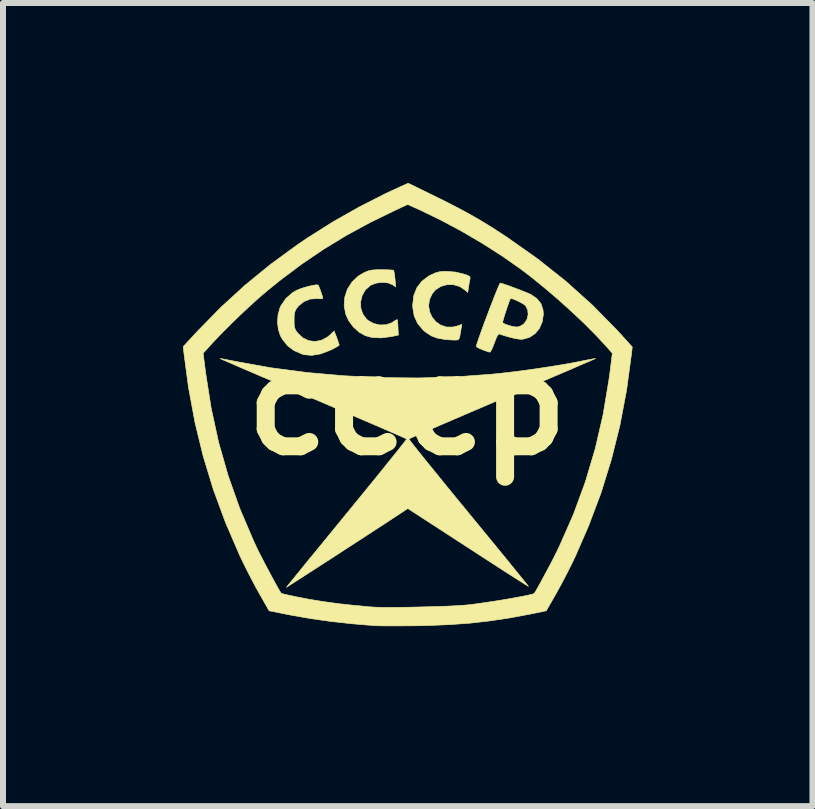
<source format=kicad_pcb>
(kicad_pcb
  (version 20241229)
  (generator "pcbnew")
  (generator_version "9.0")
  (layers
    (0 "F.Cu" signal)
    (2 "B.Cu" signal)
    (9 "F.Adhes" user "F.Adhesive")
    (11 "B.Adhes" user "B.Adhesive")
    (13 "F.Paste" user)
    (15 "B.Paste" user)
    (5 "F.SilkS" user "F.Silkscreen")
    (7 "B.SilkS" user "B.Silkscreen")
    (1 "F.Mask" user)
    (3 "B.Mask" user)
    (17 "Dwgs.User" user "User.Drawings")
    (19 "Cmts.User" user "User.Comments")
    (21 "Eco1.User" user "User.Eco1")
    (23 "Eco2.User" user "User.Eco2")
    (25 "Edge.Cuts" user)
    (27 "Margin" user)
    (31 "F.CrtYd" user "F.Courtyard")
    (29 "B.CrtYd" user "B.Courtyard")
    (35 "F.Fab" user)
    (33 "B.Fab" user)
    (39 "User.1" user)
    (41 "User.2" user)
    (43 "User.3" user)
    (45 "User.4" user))
  (footprint "cccp"
    (layer "F.Cu")
    (at 3.739 3.702)
    (property "Reference" "cccp" (at 0 0 0) (layer "F.SilkS") (effects (font (size 1.524 1.524) (thickness 0.3))))
    (attr through_hole)
    (fp_poly (pts (xy -0.343 -2.254) (xy -0.277 -2.251) (xy -0.235 -2.248) (xy -0.226 -2.245) (xy -0.22 -2.222) (xy -0.211 -2.172) (xy -0.203 -2.104) (xy -0.203 -2.102) (xy -0.19 -1.969) (xy -0.245 -2.005) (xy -0.322 -2.036) (xy -0.417 -2.044) (xy -0.515 -2.032) (xy -0.603 -1.999) (xy -0.619 -1.989) (xy -0.699 -1.916) (xy -0.751 -1.823) (xy -0.776 -1.72) (xy -0.773 -1.615) (xy -0.74 -1.516) (xy -0.679 -1.432) (xy -0.654 -1.41) (xy -0.562 -1.359) (xy -0.459 -1.334) (xy -0.354 -1.337) (xy -0.261 -1.368) (xy -0.231 -1.387) (xy -0.192 -1.413) (xy -0.168 -1.423) (xy -0.166 -1.423) (xy -0.161 -1.401) (xy -0.156 -1.351) (xy -0.153 -1.29) (xy -0.147 -1.165) (xy -0.264 -1.14) (xy -0.436 -1.118) (xy -0.59 -1.126) (xy -0.697 -1.155) (xy -0.801 -1.213) (xy -0.897 -1.3) (xy -0.975 -1.405) (xy -1.025 -1.514) (xy -1.051 -1.657) (xy -1.04 -1.798) (xy -0.996 -1.931) (xy -0.92 -2.049) (xy -0.816 -2.148) (xy -0.726 -2.202) (xy -0.669 -2.228) (xy -0.618 -2.244) (xy -0.56 -2.252) (xy -0.484 -2.255) (xy -0.425 -2.255) (xy -0.343 -2.254)) (stroke (width 0.01) (type solid)) (fill yes) (layer "F.SilkS"))
    (fp_poly (pts (xy 0.8 -2.216) (xy 0.928 -2.187) (xy 0.996 -2.165) (xy 1.034 -2.148) (xy 1.049 -2.13) (xy 1.048 -2.107) (xy 1.047 -2.099) (xy 1.037 -2.05) (xy 1.026 -1.984) (xy 1.023 -1.963) (xy 1.01 -1.874) (xy 0.969 -1.913) (xy 0.878 -1.974) (xy 0.774 -2.005) (xy 0.667 -2.006) (xy 0.564 -1.978) (xy 0.475 -1.922) (xy 0.42 -1.859) (xy 0.372 -1.757) (xy 0.358 -1.653) (xy 0.374 -1.553) (xy 0.416 -1.463) (xy 0.479 -1.387) (xy 0.561 -1.33) (xy 0.656 -1.299) (xy 0.761 -1.299) (xy 0.826 -1.314) (xy 0.911 -1.343) (xy 0.89 -1.214) (xy 0.878 -1.145) (xy 0.866 -1.106) (xy 0.849 -1.088) (xy 0.822 -1.082) (xy 0.811 -1.082) (xy 0.76 -1.083) (xy 0.688 -1.087) (xy 0.625 -1.093) (xy 0.501 -1.115) (xy 0.4 -1.153) (xy 0.309 -1.213) (xy 0.267 -1.249) (xy 0.174 -1.359) (xy 0.117 -1.484) (xy 0.093 -1.628) (xy 0.092 -1.671) (xy 0.11 -1.822) (xy 0.161 -1.953) (xy 0.244 -2.062) (xy 0.359 -2.149) (xy 0.392 -2.166) (xy 0.469 -2.201) (xy 0.535 -2.22) (xy 0.611 -2.227) (xy 0.656 -2.227) (xy 0.8 -2.216)) (stroke (width 0.01) (type solid)) (fill yes) (layer "F.SilkS"))
    (fp_poly (pts (xy -1.485 -1.999) (xy -1.485 -1.999) (xy -1.472 -1.973) (xy -1.452 -1.924) (xy -1.432 -1.866) (xy -1.415 -1.814) (xy -1.407 -1.78) (xy -1.407 -1.777) (xy -1.424 -1.771) (xy -1.469 -1.771) (xy -1.502 -1.773) (xy -1.616 -1.766) (xy -1.723 -1.723) (xy -1.812 -1.651) (xy -1.829 -1.63) (xy -1.859 -1.586) (xy -1.876 -1.544) (xy -1.884 -1.489) (xy -1.885 -1.417) (xy -1.884 -1.339) (xy -1.876 -1.286) (xy -1.858 -1.244) (xy -1.829 -1.203) (xy -1.745 -1.121) (xy -1.646 -1.073) (xy -1.539 -1.058) (xy -1.431 -1.078) (xy -1.329 -1.132) (xy -1.288 -1.166) (xy -1.218 -1.233) (xy -1.175 -1.123) (xy -1.153 -1.062) (xy -1.138 -1.016) (xy -1.133 -0.998) (xy -1.15 -0.984) (xy -1.194 -0.958) (xy -1.257 -0.925) (xy -1.289 -0.91) (xy -1.446 -0.851) (xy -1.589 -0.827) (xy -1.717 -0.838) (xy -1.749 -0.847) (xy -1.885 -0.906) (xy -1.993 -0.986) (xy -2.079 -1.094) (xy -2.113 -1.153) (xy -2.148 -1.257) (xy -2.162 -1.378) (xy -2.153 -1.503) (xy -2.122 -1.617) (xy -2.107 -1.651) (xy -2.021 -1.776) (xy -1.911 -1.872) (xy -1.846 -1.91) (xy -1.786 -1.935) (xy -1.713 -1.959) (xy -1.636 -1.98) (xy -1.566 -1.995) (xy -1.512 -2.003) (xy -1.485 -1.999)) (stroke (width 0.01) (type solid)) (fill yes) (layer "F.SilkS"))
    (fp_poly (pts (xy 1.579 -2.025) (xy 1.635 -2.007) (xy 1.709 -1.981) (xy 1.794 -1.95) (xy 1.881 -1.917) (xy 1.96 -1.886) (xy 2.023 -1.86) (xy 2.057 -1.845) (xy 2.161 -1.775) (xy 2.23 -1.69) (xy 2.265 -1.586) (xy 2.271 -1.514) (xy 2.253 -1.388) (xy 2.206 -1.279) (xy 2.135 -1.191) (xy 2.042 -1.128) (xy 1.934 -1.097) (xy 1.892 -1.095) (xy 1.838 -1.101) (xy 1.76 -1.117) (xy 1.67 -1.14) (xy 1.581 -1.168) (xy 1.534 -1.185) (xy 1.514 -1.172) (xy 1.488 -1.122) (xy 1.455 -1.037) (xy 1.428 -0.965) (xy 1.403 -0.911) (xy 1.384 -0.883) (xy 1.379 -0.88) (xy 1.35 -0.887) (xy 1.298 -0.905) (xy 1.255 -0.921) (xy 1.199 -0.945) (xy 1.162 -0.967) (xy 1.153 -0.978) (xy 1.159 -1.006) (xy 1.178 -1.063) (xy 1.206 -1.145) (xy 1.241 -1.244) (xy 1.282 -1.356) (xy 1.288 -1.371) (xy 1.592 -1.371) (xy 1.629 -1.349) (xy 1.69 -1.327) (xy 1.758 -1.309) (xy 1.819 -1.3) (xy 1.846 -1.301) (xy 1.903 -1.322) (xy 1.95 -1.355) (xy 1.997 -1.425) (xy 2.017 -1.505) (xy 2.01 -1.585) (xy 1.976 -1.652) (xy 1.966 -1.662) (xy 1.932 -1.686) (xy 1.878 -1.716) (xy 1.817 -1.746) (xy 1.762 -1.768) (xy 1.727 -1.778) (xy 1.726 -1.778) (xy 1.716 -1.761) (xy 1.698 -1.715) (xy 1.675 -1.651) (xy 1.65 -1.577) (xy 1.626 -1.503) (xy 1.607 -1.438) (xy 1.594 -1.391) (xy 1.592 -1.371) (xy 1.288 -1.371) (xy 1.327 -1.475) (xy 1.372 -1.595) (xy 1.417 -1.711) (xy 1.458 -1.817) (xy 1.495 -1.908) (xy 1.524 -1.978) (xy 1.543 -2.02) (xy 1.551 -2.032) (xy 1.579 -2.025)) (stroke (width 0.01) (type solid)) (fill yes) (layer "F.SilkS"))
    (fp_poly (pts (xy 3.123 -0.766) (xy 3.072 -0.744) (xy 2.991 -0.709) (xy 2.882 -0.662) (xy 2.747 -0.603) (xy 2.589 -0.535) (xy 2.41 -0.459) (xy 2.214 -0.375) (xy 2.002 -0.284) (xy 1.778 -0.188) (xy 1.59 -0.109) (xy 1.357 -0.009) (xy 1.135 0.086) (xy 0.925 0.176) (xy 0.731 0.26) (xy 0.555 0.335) (xy 0.4 0.403) (xy 0.269 0.46) (xy 0.163 0.506) (xy 0.087 0.54) (xy 0.041 0.561) (xy 0.029 0.567) (xy 0.04 0.584) (xy 0.074 0.628) (xy 0.129 0.699) (xy 0.203 0.792) (xy 0.295 0.907) (xy 0.403 1.04) (xy 0.525 1.19) (xy 0.658 1.354) (xy 0.802 1.53) (xy 0.954 1.715) (xy 1.023 1.8) (xy 1.179 1.989) (xy 1.326 2.169) (xy 1.465 2.338) (xy 1.592 2.493) (xy 1.707 2.634) (xy 1.806 2.756) (xy 1.889 2.858) (xy 1.954 2.938) (xy 1.998 2.993) (xy 2.019 3.021) (xy 2.022 3.024) (xy 2.005 3.015) (xy 1.958 2.986) (xy 1.885 2.94) (xy 1.787 2.877) (xy 1.667 2.801) (xy 1.529 2.712) (xy 1.375 2.612) (xy 1.208 2.504) (xy 1.031 2.389) (xy 1.014 2.378) (xy 0.01 1.726) (xy -0.068 1.779) (xy -0.117 1.811) (xy -0.19 1.859) (xy -0.286 1.922) (xy -0.4 1.997) (xy -0.53 2.081) (xy -0.671 2.173) (xy -0.82 2.27) (xy -0.974 2.37) (xy -1.129 2.471) (xy -1.282 2.57) (xy -1.429 2.665) (xy -1.567 2.754) (xy -1.693 2.835) (xy -1.802 2.906) (xy -1.893 2.964) (xy -1.96 3.007) (xy -2.001 3.033) (xy -2.012 3.04) (xy -2 3.024) (xy -1.965 2.98) (xy -1.909 2.911) (xy -1.834 2.818) (xy -1.741 2.704) (xy -1.633 2.571) (xy -1.51 2.422) (xy -1.376 2.258) (xy -1.232 2.082) (xy -1.08 1.896) (xy -1.007 1.807) (xy -0.852 1.617) (xy -0.704 1.436) (xy -0.565 1.266) (xy -0.438 1.109) (xy -0.324 0.967) (xy -0.224 0.843) (xy -0.141 0.74) (xy -0.077 0.658) (xy -0.033 0.602) (xy -0.011 0.572) (xy -0.009 0.567) (xy -0.028 0.558) (xy -0.08 0.534) (xy -0.163 0.498) (xy -0.274 0.449) (xy -0.41 0.39) (xy -0.57 0.321) (xy -0.75 0.244) (xy -0.947 0.159) (xy -1.16 0.068) (xy -1.385 -0.029) (xy -1.571 -0.108) (xy -1.803 -0.207) (xy -2.026 -0.302) (xy -2.234 -0.392) (xy -2.427 -0.474) (xy -2.602 -0.549) (xy -2.756 -0.615) (xy -2.886 -0.672) (xy -2.99 -0.717) (xy -3.065 -0.749) (xy -3.109 -0.769) (xy -3.12 -0.774) (xy -3.101 -0.772) (xy -3.05 -0.763) (xy -2.974 -0.748) (xy -2.881 -0.73) (xy -2.836 -0.721) (xy -2.265 -0.619) (xy -1.67 -0.541) (xy -1.059 -0.487) (xy -0.438 -0.456) (xy 0.184 -0.45) (xy 0.8 -0.468) (xy 1.402 -0.512) (xy 1.475 -0.519) (xy 1.668 -0.54) (xy 1.88 -0.566) (xy 2.1 -0.596) (xy 2.32 -0.629) (xy 2.528 -0.662) (xy 2.717 -0.694) (xy 2.855 -0.721) (xy 2.954 -0.741) (xy 3.039 -0.757) (xy 3.101 -0.769) (xy 3.135 -0.774) (xy 3.14 -0.774) (xy 3.123 -0.766)) (stroke (width 0.01) (type solid)) (fill yes) (layer "F.SilkS"))
    (fp_poly (pts (xy 0.404 -3.508) (xy 0.636 -3.394) (xy 0.84 -3.289) (xy 1.024 -3.19) (xy 1.198 -3.091) (xy 1.369 -2.987) (xy 1.546 -2.874) (xy 1.666 -2.795) (xy 2.172 -2.438) (xy 2.644 -2.064) (xy 3.083 -1.67) (xy 3.49 -1.256) (xy 3.531 -1.212) (xy 3.753 -0.967) (xy 3.741 -0.86) (xy 3.659 -0.251) (xy 3.548 0.336) (xy 3.406 0.906) (xy 3.233 1.464) (xy 3.025 2.017) (xy 2.81 2.511) (xy 2.746 2.645) (xy 2.671 2.795) (xy 2.593 2.945) (xy 2.519 3.081) (xy 2.488 3.138) (xy 2.319 3.432) (xy 2.063 3.485) (xy 1.718 3.55) (xy 1.384 3.6) (xy 1.051 3.638) (xy 0.707 3.663) (xy 0.341 3.678) (xy 0.137 3.682) (xy -0.013 3.683) (xy -0.155 3.684) (xy -0.284 3.684) (xy -0.393 3.684) (xy -0.475 3.682) (xy -0.525 3.681) (xy -0.528 3.681) (xy -0.914 3.649) (xy -1.27 3.61) (xy -1.603 3.563) (xy -1.919 3.508) (xy -1.996 3.493) (xy -2.302 3.432) (xy -2.471 3.134) (xy -2.541 3.008) (xy -2.618 2.861) (xy -2.696 2.708) (xy -2.766 2.564) (xy -2.793 2.507) (xy -3.029 1.96) (xy -3.231 1.412) (xy -3.4 0.858) (xy -3.538 0.292) (xy -3.646 -0.292) (xy -3.722 -0.862) (xy -3.402 -0.862) (xy -3.36 -0.533) (xy -3.268 0.055) (xy -3.144 0.624) (xy -2.985 1.179) (xy -2.792 1.725) (xy -2.561 2.266) (xy -2.513 2.37) (xy -2.476 2.446) (xy -2.428 2.539) (xy -2.374 2.644) (xy -2.316 2.753) (xy -2.259 2.861) (xy -2.205 2.96) (xy -2.158 3.044) (xy -2.122 3.107) (xy -2.1 3.141) (xy -2.1 3.142) (xy -2.08 3.147) (xy -2.03 3.16) (xy -1.956 3.176) (xy -1.867 3.195) (xy -1.864 3.196) (xy -1.636 3.24) (xy -1.387 3.28) (xy -1.132 3.315) (xy -0.899 3.34) (xy -0.8 3.349) (xy -0.708 3.358) (xy -0.634 3.365) (xy -0.596 3.368) (xy -0.528 3.372) (xy -0.427 3.375) (xy -0.299 3.375) (xy -0.152 3.375) (xy 0.01 3.373) (xy 0.179 3.369) (xy 0.35 3.365) (xy 0.516 3.36) (xy 0.671 3.355) (xy 0.808 3.348) (xy 0.922 3.341) (xy 1.006 3.334) (xy 1.016 3.333) (xy 1.146 3.317) (xy 1.286 3.297) (xy 1.43 3.276) (xy 1.574 3.253) (xy 1.711 3.23) (xy 1.837 3.207) (xy 1.947 3.186) (xy 2.034 3.168) (xy 2.093 3.153) (xy 2.119 3.142) (xy 2.119 3.142) (xy 2.141 3.108) (xy 2.177 3.045) (xy 2.224 2.961) (xy 2.277 2.862) (xy 2.335 2.755) (xy 2.393 2.646) (xy 2.447 2.541) (xy 2.494 2.447) (xy 2.531 2.372) (xy 2.532 2.37) (xy 2.77 1.83) (xy 2.97 1.285) (xy 3.135 0.732) (xy 3.266 0.166) (xy 3.364 -0.419) (xy 3.38 -0.533) (xy 3.421 -0.862) (xy 3.305 -0.993) (xy 3.141 -1.169) (xy 2.951 -1.36) (xy 2.742 -1.557) (xy 2.521 -1.756) (xy 2.296 -1.948) (xy 2.075 -2.128) (xy 1.905 -2.258) (xy 1.598 -2.474) (xy 1.264 -2.688) (xy 0.912 -2.895) (xy 0.554 -3.086) (xy 0.201 -3.257) (xy 0.126 -3.29) (xy 0.008 -3.343) (xy -0.186 -3.253) (xy -0.617 -3.043) (xy -1.018 -2.825) (xy -1.397 -2.594) (xy -1.764 -2.345) (xy -2.128 -2.071) (xy -2.345 -1.895) (xy -2.477 -1.782) (xy -2.626 -1.647) (xy -2.783 -1.5) (xy -2.94 -1.348) (xy -3.087 -1.201) (xy -3.217 -1.065) (xy -3.266 -1.012) (xy -3.402 -0.862) (xy -3.722 -0.862) (xy -3.722 -0.863) (xy -3.734 -0.973) (xy -3.492 -1.234) (xy -3.105 -1.629) (xy -2.705 -1.995) (xy -2.283 -2.34) (xy -1.833 -2.669) (xy -1.651 -2.792) (xy -1.234 -3.055) (xy -0.794 -3.304) (xy -0.347 -3.531) (xy -0.104 -3.643) (xy 0.017 -3.697) (xy 0.404 -3.508)) (stroke (width 0.01) (type solid)) (fill yes) (layer "F.SilkS")))
  (gr_rect
    (start -3 -3)
    (end 10.497 10.391)
    (stroke (width 0.1) (type default))
    (fill no)
    (layer "Edge.Cuts")))
</source>
